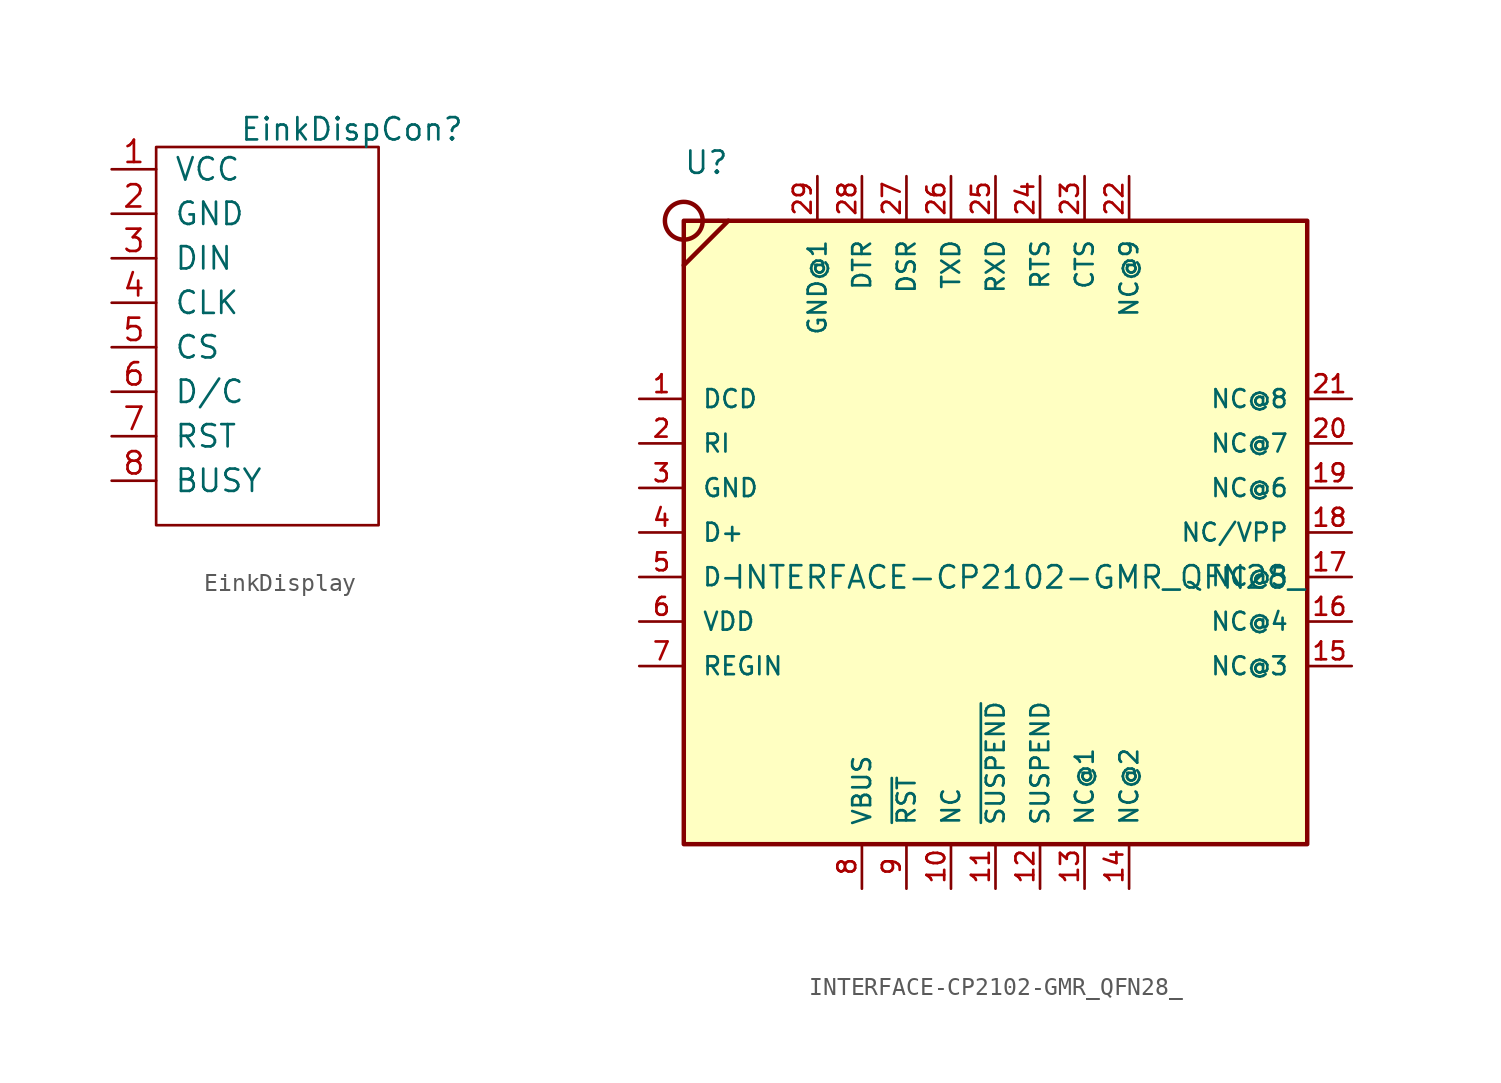
<source format=kicad_sym>
(kicad_symbol_lib
  (version 20231120)
  (generator "kicad_symbol_editor")
  (generator_version "8.0")
  (symbol "EinkDisplay"
    (pin_names
      (offset 1.016))
    (property "Reference" "EinkDispCon"
      (at 11.176 36.576 0)
      (effects (font (size 1.27 1.27))))
    (property "Value" ""
      (at 6.35 27.94 0)
      (effects (font (size 1.27 1.27))))
    (symbol "EinkDisplay_0_1"
      (rectangle (start 0 35.56) (end 12.7 13.97) (stroke (width 0) (type default)) (fill (type none))))
    (symbol "EinkDisplay_1_1"
      (pin input line (at -2.54 34.29 0) (length 2.54) (name "VCC" (effects (font (size 1.27 1.27)))) (number "1" (effects (font (size 1.27 1.27)))))
      (pin input line (at -2.54 31.75 0) (length 2.54) (name "GND" (effects (font (size 1.27 1.27)))) (number "2" (effects (font (size 1.27 1.27)))))
      (pin input line (at -2.54 29.21 0) (length 2.54) (name "DIN" (effects (font (size 1.27 1.27)))) (number "3" (effects (font (size 1.27 1.27)))))
      (pin input line (at -2.54 26.67 0) (length 2.54) (name "CLK" (effects (font (size 1.27 1.27)))) (number "4" (effects (font (size 1.27 1.27)))))
      (pin input line (at -2.54 24.13 0) (length 2.54) (name "CS" (effects (font (size 1.27 1.27)))) (number "5" (effects (font (size 1.27 1.27)))))
      (pin input line (at -2.54 21.59 0) (length 2.54) (name "D/C" (effects (font (size 1.27 1.27)))) (number "6" (effects (font (size 1.27 1.27)))))
      (pin input line (at -2.54 19.05 0) (length 2.54) (name "RST" (effects (font (size 1.27 1.27)))) (number "7" (effects (font (size 1.27 1.27)))))
      (pin output line (at -2.54 16.51 0) (length 2.54) (name "BUSY" (effects (font (size 1.27 1.27)))) (number "8" (effects (font (size 1.27 1.27)))))))
  (symbol "INTERFACE-CP2102-GMR_QFN28_"
    (pin_names
      (offset 1.016))
    (property "Reference" "U"
      (at -17.809 20.353 0)
      (effects (font (size 1.27 1.27)) (justify left bottom)))
    (property "Value" "INTERFACE-CP2102-GMR_QFN28_"
      (at -14.986 -3.302 0)
      (effects (font (size 1.27 1.27)) (justify left bottom)))
    (symbol "INTERFACE-CP2102-GMR_QFN28__0_0"
      (circle (center -17.78 17.78) (radius 1.078) (stroke (width 0.254) (type default)) (fill (type none)))
      (rectangle (start -17.78 17.78) (end 17.78 -17.78) (stroke (width 0.254) (type default)) (fill (type background)))
      (polyline (pts (xy -17.78 15.24) (xy -15.24 17.78)) (stroke (width 0.254) (type default)) (fill (type none)))
      (pin bidirectional line (at -20.32 7.62 0) (length 2.54) (name "DCD" (effects (font (size 1.016 1.016)))) (number "1" (effects (font (size 1.016 1.016)))))
      (pin bidirectional line (at -2.54 -20.32 90) (length 2.54) (name "NC" (effects (font (size 1.016 1.016)))) (number "10" (effects (font (size 1.016 1.016)))))
      (pin bidirectional line (at 0 -20.32 90) (length 2.54) (name "~{SUSPEND}" (effects (font (size 1.016 1.016)))) (number "11" (effects (font (size 1.016 1.016)))))
      (pin bidirectional line (at 2.54 -20.32 90) (length 2.54) (name "SUSPEND" (effects (font (size 1.016 1.016)))) (number "12" (effects (font (size 1.016 1.016)))))
      (pin bidirectional line (at 5.08 -20.32 90) (length 2.54) (name "NC@1" (effects (font (size 1.016 1.016)))) (number "13" (effects (font (size 1.016 1.016)))))
      (pin bidirectional line (at 7.62 -20.32 90) (length 2.54) (name "NC@2" (effects (font (size 1.016 1.016)))) (number "14" (effects (font (size 1.016 1.016)))))
      (pin bidirectional line (at 20.32 -7.62 180) (length 2.54) (name "NC@3" (effects (font (size 1.016 1.016)))) (number "15" (effects (font (size 1.016 1.016)))))
      (pin bidirectional line (at 20.32 -5.08 180) (length 2.54) (name "NC@4" (effects (font (size 1.016 1.016)))) (number "16" (effects (font (size 1.016 1.016)))))
      (pin bidirectional line (at 20.32 -2.54 180) (length 2.54) (name "NC@5" (effects (font (size 1.016 1.016)))) (number "17" (effects (font (size 1.016 1.016)))))
      (pin bidirectional line (at 20.32 0 180) (length 2.54) (name "NC/VPP" (effects (font (size 1.016 1.016)))) (number "18" (effects (font (size 1.016 1.016)))))
      (pin bidirectional line (at 20.32 2.54 180) (length 2.54) (name "NC@6" (effects (font (size 1.016 1.016)))) (number "19" (effects (font (size 1.016 1.016)))))
      (pin bidirectional line (at -20.32 5.08 0) (length 2.54) (name "RI" (effects (font (size 1.016 1.016)))) (number "2" (effects (font (size 1.016 1.016)))))
      (pin bidirectional line (at 20.32 5.08 180) (length 2.54) (name "NC@7" (effects (font (size 1.016 1.016)))) (number "20" (effects (font (size 1.016 1.016)))))
      (pin bidirectional line (at 20.32 7.62 180) (length 2.54) (name "NC@8" (effects (font (size 1.016 1.016)))) (number "21" (effects (font (size 1.016 1.016)))))
      (pin bidirectional line (at 7.62 20.32 270) (length 2.54) (name "NC@9" (effects (font (size 1.016 1.016)))) (number "22" (effects (font (size 1.016 1.016)))))
      (pin bidirectional line (at 5.08 20.32 270) (length 2.54) (name "CTS" (effects (font (size 1.016 1.016)))) (number "23" (effects (font (size 1.016 1.016)))))
      (pin bidirectional line (at 2.54 20.32 270) (length 2.54) (name "RTS" (effects (font (size 1.016 1.016)))) (number "24" (effects (font (size 1.016 1.016)))))
      (pin bidirectional line (at 0 20.32 270) (length 2.54) (name "RXD" (effects (font (size 1.016 1.016)))) (number "25" (effects (font (size 1.016 1.016)))))
      (pin bidirectional line (at -2.54 20.32 270) (length 2.54) (name "TXD" (effects (font (size 1.016 1.016)))) (number "26" (effects (font (size 1.016 1.016)))))
      (pin bidirectional line (at -5.08 20.32 270) (length 2.54) (name "DSR" (effects (font (size 1.016 1.016)))) (number "27" (effects (font (size 1.016 1.016)))))
      (pin bidirectional line (at -7.62 20.32 270) (length 2.54) (name "DTR" (effects (font (size 1.016 1.016)))) (number "28" (effects (font (size 1.016 1.016)))))
      (pin bidirectional line (at -10.16 20.32 270) (length 2.54) (name "GND@1" (effects (font (size 1.016 1.016)))) (number "29" (effects (font (size 1.016 1.016)))))
      (pin bidirectional line (at -20.32 2.54 0) (length 2.54) (name "GND" (effects (font (size 1.016 1.016)))) (number "3" (effects (font (size 1.016 1.016)))))
      (pin bidirectional line (at -20.32 0 0) (length 2.54) (name "D+" (effects (font (size 1.016 1.016)))) (number "4" (effects (font (size 1.016 1.016)))))
      (pin bidirectional line (at -20.32 -2.54 0) (length 2.54) (name "D-" (effects (font (size 1.016 1.016)))) (number "5" (effects (font (size 1.016 1.016)))))
      (pin bidirectional line (at -20.32 -5.08 0) (length 2.54) (name "VDD" (effects (font (size 1.016 1.016)))) (number "6" (effects (font (size 1.016 1.016)))))
      (pin bidirectional line (at -20.32 -7.62 0) (length 2.54) (name "REGIN" (effects (font (size 1.016 1.016)))) (number "7" (effects (font (size 1.016 1.016)))))
      (pin bidirectional line (at -7.62 -20.32 90) (length 2.54) (name "VBUS" (effects (font (size 1.016 1.016)))) (number "8" (effects (font (size 1.016 1.016)))))
      (pin bidirectional line (at -5.08 -20.32 90) (length 2.54) (name "~{RST}" (effects (font (size 1.016 1.016)))) (number "9" (effects (font (size 1.016 1.016))))))))
</source>
